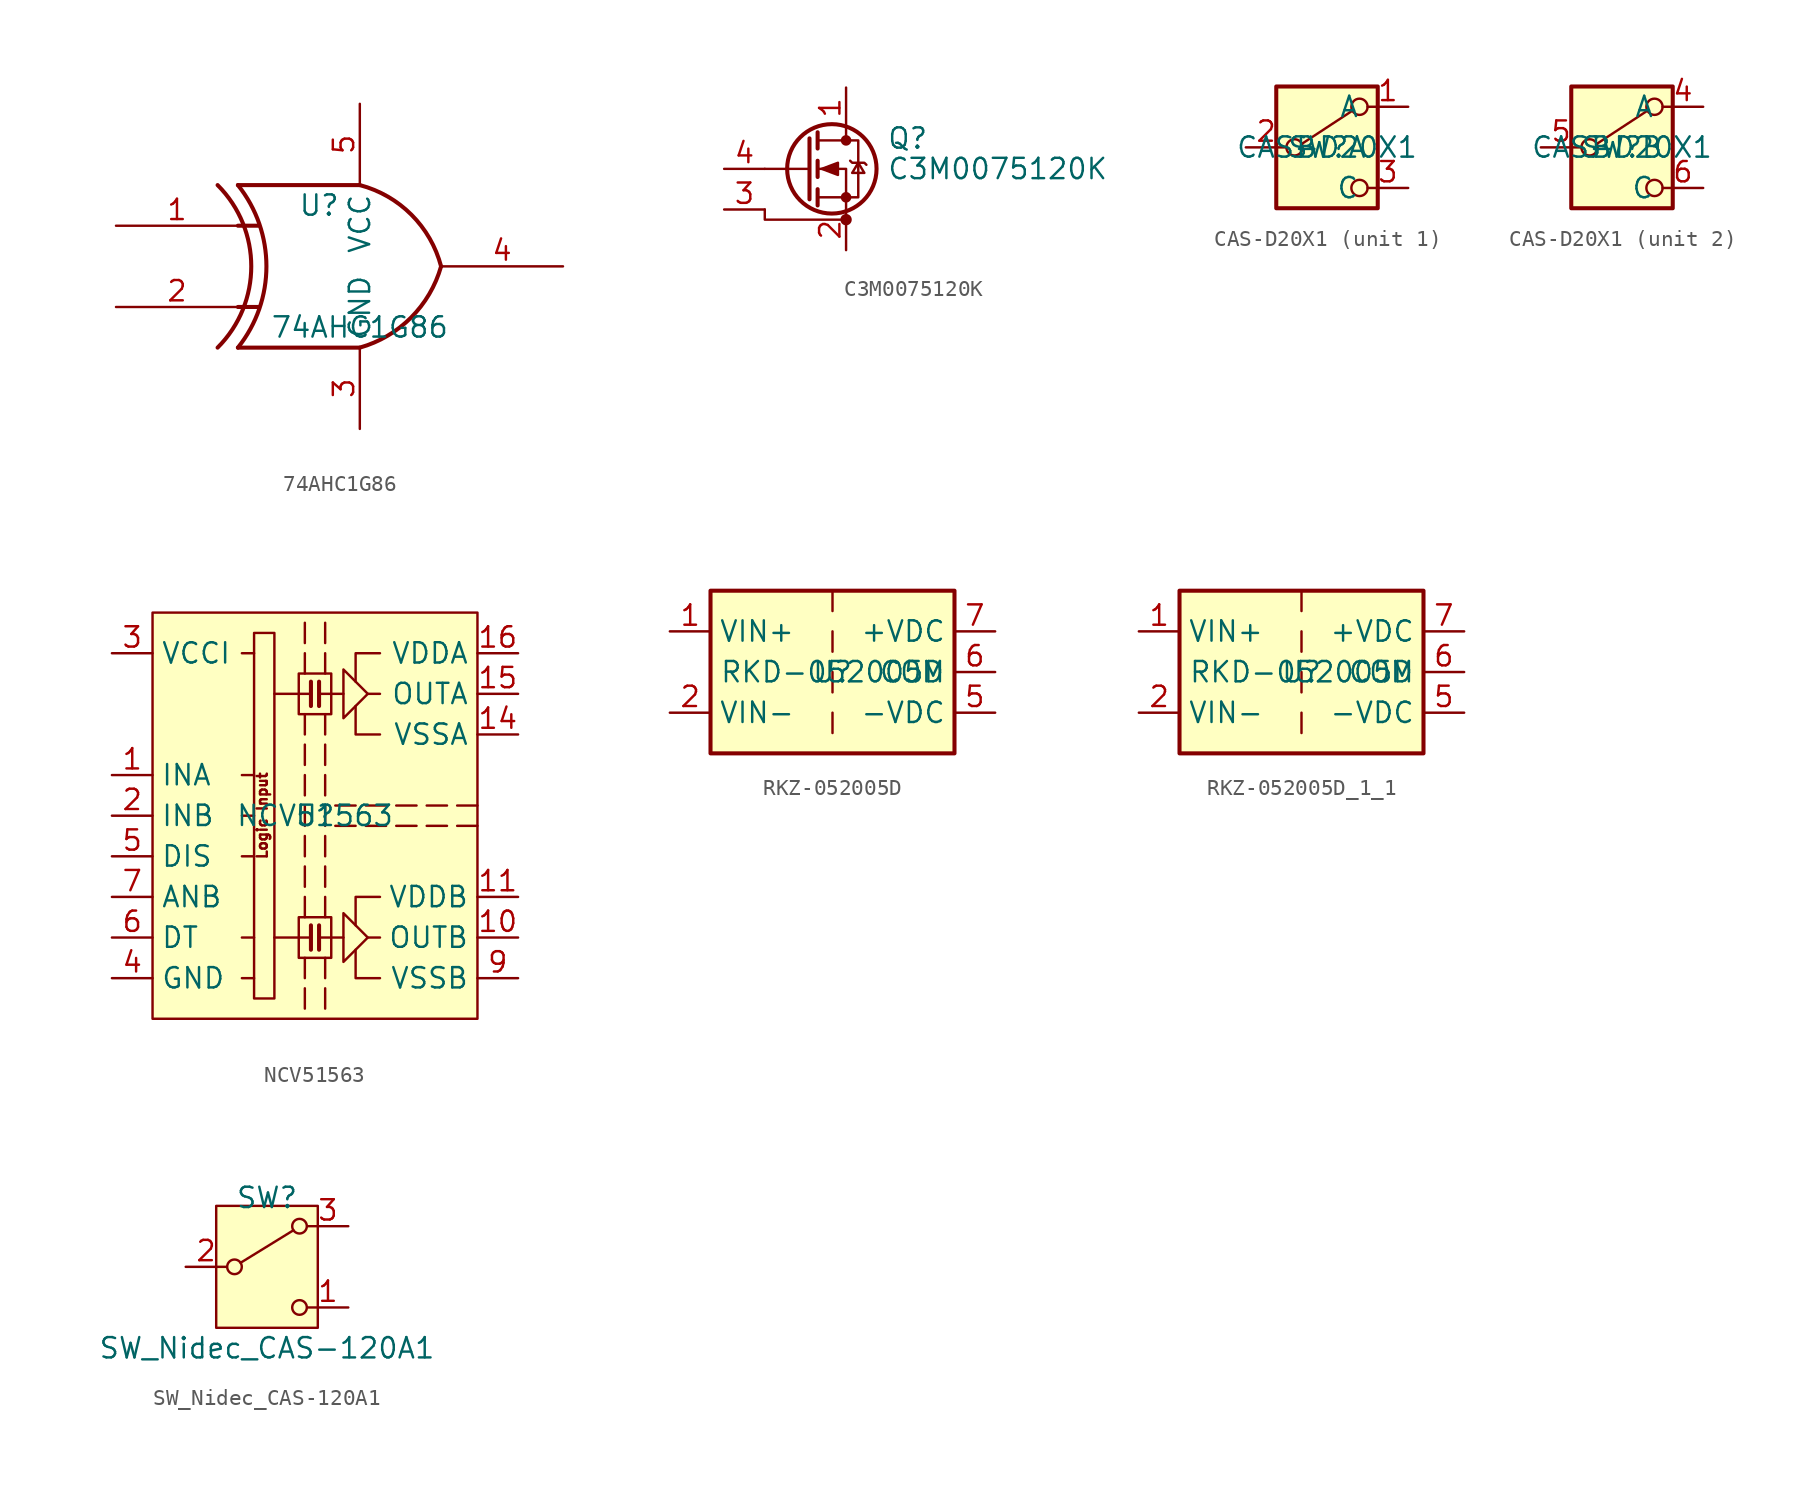
<source format=kicad_sym>
(kicad_symbol_lib
  (version 20231120)
  (generator "kicad_symbol_editor")
  (generator_version "8.0")
  (symbol "74AHC1G86"
    (property "Reference" "U"
      (at -2.54 3.81 0)
      (effects (font (size 1.27 1.27))))
    (property "Value" "74AHC1G86"
      (at 0 -3.81 0)
      (effects (font (size 1.27 1.27))))
    (symbol "74AHC1G86_0_1"
      (arc (start -8.89 -5.08) (mid -6.7858 0) (end -8.89 5.08) (stroke (width 0.254) (type default)) (fill (type none)))
      (arc (start -7.62 -5.08) (mid -5.838 0) (end -7.62 5.08) (stroke (width 0.254) (type default)) (fill (type none)))
      (arc (start 0 -5.08) (mid 3.1986 -3.2054) (end 5.08 0) (stroke (width 0.254) (type default)) (fill (type none)))
      (polyline (pts (xy -7.62 -2.54) (xy -6.35 -2.54)) (stroke (width 0.254) (type default)) (fill (type background)))
      (polyline (pts (xy -7.62 2.54) (xy -6.35 2.54)) (stroke (width 0.254) (type default)) (fill (type background)))
      (polyline (pts (xy 0 -5.08) (xy -7.62 -5.08)) (stroke (width 0.254) (type default)) (fill (type background)))
      (polyline (pts (xy 0 5.08) (xy -7.62 5.08)) (stroke (width 0.254) (type default)) (fill (type background)))
      (arc (start 5.08 0) (mid 3.2238 3.2304) (end 0 5.08) (stroke (width 0.254) (type default)) (fill (type none))))
    (symbol "74AHC1G86_1_1"
      (pin input line (at -15.24 2.54 0) (length 7.62) (name "~" (effects (font (size 1.27 1.27)))) (number "1" (effects (font (size 1.27 1.27)))))
      (pin input line (at -15.24 -2.54 0) (length 7.62) (name "~" (effects (font (size 1.27 1.27)))) (number "2" (effects (font (size 1.27 1.27)))))
      (pin power_in line (at 0 -10.16 90) (length 5.08) (name "GND" (effects (font (size 1.27 1.27)))) (number "3" (effects (font (size 1.27 1.27)))))
      (pin output line (at 12.7 0 180) (length 7.62) (name "~" (effects (font (size 1.27 1.27)))) (number "4" (effects (font (size 1.27 1.27)))))
      (pin power_in line (at 0 10.16 270) (length 5.08) (name "VCC" (effects (font (size 1.27 1.27)))) (number "5" (effects (font (size 1.27 1.27)))))))
  (symbol "C3M0075120K"
    (pin_names hide)
    (property "Reference" "Q"
      (at 5.08 1.905 0)
      (effects (font (size 1.27 1.27)) (justify left)))
    (property "Value" "C3M0075120K"
      (at 5.08 0 0)
      (effects (font (size 1.27 1.27)) (justify left)))
    (symbol "C3M0075120K_0_1"
      (polyline (pts (xy 0.254 0) (xy -2.54 0)) (stroke (width 0) (type default)) (fill (type none)))
      (polyline (pts (xy 0.254 1.905) (xy 0.254 -1.905)) (stroke (width 0.254) (type default)) (fill (type none)))
      (polyline (pts (xy 0.762 -1.27) (xy 0.762 -2.286)) (stroke (width 0.254) (type default)) (fill (type none)))
      (polyline (pts (xy 0.762 0.508) (xy 0.762 -0.508)) (stroke (width 0.254) (type default)) (fill (type none)))
      (polyline (pts (xy 0.762 2.286) (xy 0.762 1.27)) (stroke (width 0.254) (type default)) (fill (type none)))
      (polyline (pts (xy 2.54 2.54) (xy 2.54 1.778)) (stroke (width 0) (type default)) (fill (type none)))
      (polyline (pts (xy -2.54 -2.54) (xy -2.54 -3.175) (xy 2.54 -3.175)) (stroke (width 0) (type default)) (fill (type none)))
      (polyline (pts (xy 2.54 -2.54) (xy 2.54 0) (xy 0.762 0)) (stroke (width 0) (type default)) (fill (type none)))
      (polyline (pts (xy 0.762 -1.778) (xy 3.302 -1.778) (xy 3.302 1.778) (xy 0.762 1.778)) (stroke (width 0) (type default)) (fill (type none)))
      (polyline (pts (xy 1.016 0) (xy 2.032 0.381) (xy 2.032 -0.381) (xy 1.016 0)) (stroke (width 0) (type default)) (fill (type outline)))
      (polyline (pts (xy 2.794 0.508) (xy 2.921 0.381) (xy 3.683 0.381) (xy 3.81 0.254)) (stroke (width 0) (type default)) (fill (type none)))
      (polyline (pts (xy 3.302 0.381) (xy 2.921 -0.254) (xy 3.683 -0.254) (xy 3.302 0.381)) (stroke (width 0) (type default)) (fill (type none)))
      (circle (center 1.651 0) (radius 2.794) (stroke (width 0.254) (type default)) (fill (type none)))
      (circle (center 2.54 -3.175) (radius 0.279) (stroke (width 0) (type default)) (fill (type outline)))
      (circle (center 2.54 -1.778) (radius 0.254) (stroke (width 0) (type default)) (fill (type outline)))
      (circle (center 2.54 1.778) (radius 0.254) (stroke (width 0) (type default)) (fill (type outline))))
    (symbol "C3M0075120K_1_1"
      (pin passive line (at 2.54 5.08 270) (length 2.54) (name "D" (effects (font (size 1.27 1.27)))) (number "1" (effects (font (size 1.27 1.27)))))
      (pin passive line (at 2.54 -5.08 90) (length 2.54) (name "S" (effects (font (size 1.27 1.27)))) (number "2" (effects (font (size 1.27 1.27)))))
      (pin passive line (at -5.08 -2.54 0) (length 2.54) (name "DS" (effects (font (size 1.27 1.27)))) (number "3" (effects (font (size 1.27 1.27)))))
      (pin input line (at -5.08 0 0) (length 2.54) (name "G" (effects (font (size 1.27 1.27)))) (number "4" (effects (font (size 1.27 1.27)))))))
  (symbol "CAS-D20X1"
    (property "Reference" "SW"
      (at 0 0 0)
      (effects (font (size 1.27 1.27))))
    (property "Value" "CAS-D20X1"
      (at 0 0 0)
      (effects (font (size 1.27 1.27))))
    (symbol "CAS-D20X1_0_0"
      (circle (center -2.032 0) (radius 0.508) (stroke (width 0) (type default)) (fill (type none)))
      (circle (center 2.032 -2.54) (radius 0.508) (stroke (width 0) (type default)) (fill (type none))))
    (symbol "CAS-D20X1_0_1"
      (rectangle (start -3.175 3.81) (end 3.175 -3.81) (stroke (width 0.254) (type default)) (fill (type background)))
      (polyline (pts (xy -1.524 0.254) (xy 1.575 2.286)) (stroke (width 0) (type default)) (fill (type none)))
      (circle (center 2.032 2.54) (radius 0.508) (stroke (width 0) (type default)) (fill (type none))))
    (symbol "CAS-D20X1_1_1"
      (pin passive line (at 5.08 2.54 180) (length 2.54) (name "A" (effects (font (size 1.27 1.27)))) (number "1" (effects (font (size 1.27 1.27)))))
      (pin passive line (at -5.08 0 0) (length 2.54) (name "B" (effects (font (size 1.27 1.27)))) (number "2" (effects (font (size 1.27 1.27)))))
      (pin passive line (at 5.08 -2.54 180) (length 2.54) (name "C" (effects (font (size 1.27 1.27)))) (number "3" (effects (font (size 1.27 1.27))))))
    (symbol "CAS-D20X1_2_1"
      (pin passive line (at 5.08 2.54 180) (length 2.54) (name "A" (effects (font (size 1.27 1.27)))) (number "4" (effects (font (size 1.27 1.27)))))
      (pin passive line (at -5.08 0 0) (length 2.54) (name "B" (effects (font (size 1.27 1.27)))) (number "5" (effects (font (size 1.27 1.27)))))
      (pin passive line (at 5.08 -2.54 180) (length 2.54) (name "C" (effects (font (size 1.27 1.27)))) (number "6" (effects (font (size 1.27 1.27)))))))
  (symbol "NCV51563"
    (property "Reference" "U"
      (at 0 0 0)
      (effects (font (size 1.27 1.27))))
    (property "Value" "NCV51563"
      (at 0 0 0)
      (effects (font (size 1.27 1.27))))
    (symbol "NCV51563_0_0"
      (polyline (pts (xy -0.635 6.35) (xy -0.635 5.08)) (stroke (width 0) (type default)) (fill (type none)))
      (polyline (pts (xy -0.635 10.16) (xy -0.635 8.89)) (stroke (width 0) (type default)) (fill (type none)))
      (polyline (pts (xy -0.635 12.065) (xy -0.635 10.795)) (stroke (width 0) (type default)) (fill (type none)))
      (polyline (pts (xy -0.254 -7.62) (xy -2.54 -7.62)) (stroke (width 0) (type default)) (fill (type none)))
      (polyline (pts (xy -0.254 -6.858) (xy -0.254 -8.382)) (stroke (width 0.254) (type default)) (fill (type none)))
      (polyline (pts (xy -0.254 7.62) (xy -2.54 7.62)) (stroke (width 0) (type default)) (fill (type none)))
      (polyline (pts (xy -0.254 8.382) (xy -0.254 6.858)) (stroke (width 0.254) (type default)) (fill (type none)))
      (polyline (pts (xy 0.254 -7.62) (xy 1.778 -7.62)) (stroke (width 0) (type default)) (fill (type none)))
      (polyline (pts (xy 0.254 -6.858) (xy 0.254 -8.382)) (stroke (width 0.254) (type default)) (fill (type none)))
      (polyline (pts (xy 0.254 7.62) (xy 1.778 7.62)) (stroke (width 0) (type default)) (fill (type none)))
      (polyline (pts (xy 0.254 8.382) (xy 0.254 6.858)) (stroke (width 0.254) (type default)) (fill (type none)))
      (polyline (pts (xy 0.635 6.35) (xy 0.635 5.08)) (stroke (width 0) (type default)) (fill (type none)))
      (polyline (pts (xy 0.635 8.89) (xy 0.635 10.16)) (stroke (width 0) (type default)) (fill (type none)))
      (polyline (pts (xy 0.635 10.795) (xy 0.635 12.065)) (stroke (width 0) (type default)) (fill (type none)))
      (polyline (pts (xy 2.54 -0.635) (xy 1.27 -0.635)) (stroke (width 0) (type default)) (fill (type none)))
      (polyline (pts (xy 2.54 0.635) (xy 1.27 0.635)) (stroke (width 0) (type default)) (fill (type none)))
      (polyline (pts (xy 4.064 -7.62) (xy 3.302 -7.62)) (stroke (width 0) (type default)) (fill (type none)))
      (polyline (pts (xy 4.064 7.62) (xy 3.302 7.62)) (stroke (width 0) (type default)) (fill (type none)))
      (polyline (pts (xy 4.445 -0.635) (xy 3.175 -0.635)) (stroke (width 0) (type default)) (fill (type none)))
      (polyline (pts (xy 4.445 0.635) (xy 3.175 0.635)) (stroke (width 0) (type default)) (fill (type none)))
      (polyline (pts (xy 6.35 -0.635) (xy 5.08 -0.635)) (stroke (width 0) (type default)) (fill (type none)))
      (polyline (pts (xy 6.35 0.635) (xy 5.08 0.635)) (stroke (width 0) (type default)) (fill (type none)))
      (polyline (pts (xy 8.255 -0.635) (xy 6.985 -0.635)) (stroke (width 0) (type default)) (fill (type none)))
      (polyline (pts (xy 8.255 0.635) (xy 6.985 0.635)) (stroke (width 0) (type default)) (fill (type none)))
      (polyline (pts (xy 10.16 -0.635) (xy 8.89 -0.635)) (stroke (width 0) (type default)) (fill (type none)))
      (polyline (pts (xy 10.16 0.635) (xy 8.89 0.635)) (stroke (width 0) (type default)) (fill (type none)))
      (polyline (pts (xy 4.064 -10.16) (xy 2.54 -10.16) (xy 2.54 -8.382)) (stroke (width 0) (type default)) (fill (type none)))
      (polyline (pts (xy 4.064 -5.08) (xy 2.54 -5.08) (xy 2.54 -6.858)) (stroke (width 0) (type default)) (fill (type none)))
      (polyline (pts (xy 4.064 5.08) (xy 2.54 5.08) (xy 2.54 6.858)) (stroke (width 0) (type default)) (fill (type none)))
      (polyline (pts (xy 4.064 10.16) (xy 2.54 10.16) (xy 2.54 8.382)) (stroke (width 0) (type default)) (fill (type none)))
      (polyline (pts (xy 3.302 -7.62) (xy 1.778 -9.144) (xy 1.778 -6.096) (xy 3.302 -7.62)) (stroke (width 0) (type default)) (fill (type none)))
      (polyline (pts (xy 3.302 7.62) (xy 1.778 6.096) (xy 1.778 9.144) (xy 3.302 7.62)) (stroke (width 0) (type default)) (fill (type none)))
      (rectangle (start 1.016 -6.35) (end -1.016 -8.89) (stroke (width 0) (type default)) (fill (type none)))
      (rectangle (start 1.016 8.89) (end -1.016 6.35) (stroke (width 0) (type default)) (fill (type none)))
      (text "Logic Input" (at -3.302 0 900) (effects (font (size 0.635 0.635)))))
    (symbol "NCV51563_0_1"
      (rectangle (start -10.16 12.7) (end 10.16 -12.7) (stroke (width 0) (type default)) (fill (type background)))
      (rectangle (start -3.81 11.43) (end -2.54 -11.43) (stroke (width 0) (type default)) (fill (type none)))
      (polyline (pts (xy -3.81 -10.16) (xy -4.572 -10.16)) (stroke (width 0) (type default)) (fill (type none)))
      (polyline (pts (xy -3.81 -7.62) (xy -4.572 -7.62)) (stroke (width 0) (type default)) (fill (type none)))
      (polyline (pts (xy -3.81 -2.54) (xy -4.572 -2.54)) (stroke (width 0) (type default)) (fill (type none)))
      (polyline (pts (xy -3.81 0) (xy -4.572 0)) (stroke (width 0) (type default)) (fill (type none)))
      (polyline (pts (xy -3.81 2.54) (xy -4.572 2.54)) (stroke (width 0) (type default)) (fill (type none)))
      (polyline (pts (xy -3.81 10.16) (xy -4.572 10.16)) (stroke (width 0) (type default)) (fill (type none)))
      (polyline (pts (xy -0.635 -10.795) (xy -0.635 -12.065)) (stroke (width 0) (type default)) (fill (type none)))
      (polyline (pts (xy -0.635 -8.89) (xy -0.635 -10.16)) (stroke (width 0) (type default)) (fill (type none)))
      (polyline (pts (xy -0.635 -5.08) (xy -0.635 -6.35)) (stroke (width 0) (type default)) (fill (type none)))
      (polyline (pts (xy -0.635 -3.175) (xy -0.635 -4.445)) (stroke (width 0) (type default)) (fill (type none)))
      (polyline (pts (xy -0.635 -1.27) (xy -0.635 -2.54)) (stroke (width 0) (type default)) (fill (type none)))
      (polyline (pts (xy -0.635 0.635) (xy -0.635 -0.635)) (stroke (width 0) (type default)) (fill (type none)))
      (polyline (pts (xy -0.635 2.54) (xy -0.635 1.27)) (stroke (width 0) (type default)) (fill (type none)))
      (polyline (pts (xy -0.635 4.445) (xy -0.635 3.175)) (stroke (width 0) (type default)) (fill (type none)))
      (polyline (pts (xy 0.635 -10.795) (xy 0.635 -12.065)) (stroke (width 0) (type default)) (fill (type none)))
      (polyline (pts (xy 0.635 -8.89) (xy 0.635 -10.16)) (stroke (width 0) (type default)) (fill (type none)))
      (polyline (pts (xy 0.635 -5.08) (xy 0.635 -6.35)) (stroke (width 0) (type default)) (fill (type none)))
      (polyline (pts (xy 0.635 -3.175) (xy 0.635 -4.445)) (stroke (width 0) (type default)) (fill (type none)))
      (polyline (pts (xy 0.635 -1.27) (xy 0.635 -2.54)) (stroke (width 0) (type default)) (fill (type none)))
      (polyline (pts (xy 0.635 0.635) (xy 0.635 -0.635)) (stroke (width 0) (type default)) (fill (type none)))
      (polyline (pts (xy 0.635 2.54) (xy 0.635 1.27)) (stroke (width 0) (type default)) (fill (type none)))
      (polyline (pts (xy 0.635 4.445) (xy 0.635 3.175)) (stroke (width 0) (type default)) (fill (type none))))
    (symbol "NCV51563_1_1"
      (pin input line (at -12.7 2.54 0) (length 2.54) (name "INA" (effects (font (size 1.27 1.27)))) (number "1" (effects (font (size 1.27 1.27)))))
      (pin output line (at 12.7 -7.62 180) (length 2.54) (name "OUTB" (effects (font (size 1.27 1.27)))) (number "10" (effects (font (size 1.27 1.27)))))
      (pin power_in line (at 12.7 -5.08 180) (length 2.54) (name "VDDB" (effects (font (size 1.27 1.27)))) (number "11" (effects (font (size 1.27 1.27)))))
      (pin no_connect line (at 10.16 -2.54 180) (length 2.54) hide (name "NC" (effects (font (size 1.27 1.27)))) (number "12" (effects (font (size 1.27 1.27)))))
      (pin no_connect line (at 10.16 2.54 180) (length 2.54) hide (name "NC" (effects (font (size 1.27 1.27)))) (number "13" (effects (font (size 1.27 1.27)))))
      (pin power_in line (at 12.7 5.08 180) (length 2.54) (name "VSSA" (effects (font (size 1.27 1.27)))) (number "14" (effects (font (size 1.27 1.27)))))
      (pin output line (at 12.7 7.62 180) (length 2.54) (name "OUTA" (effects (font (size 1.27 1.27)))) (number "15" (effects (font (size 1.27 1.27)))))
      (pin power_in line (at 12.7 10.16 180) (length 2.54) (name "VDDA" (effects (font (size 1.27 1.27)))) (number "16" (effects (font (size 1.27 1.27)))))
      (pin input line (at -12.7 0 0) (length 2.54) (name "INB" (effects (font (size 1.27 1.27)))) (number "2" (effects (font (size 1.27 1.27)))))
      (pin power_in line (at -12.7 10.16 0) (length 2.54) (name "VCCI" (effects (font (size 1.27 1.27)))) (number "3" (effects (font (size 1.27 1.27)))))
      (pin power_in line (at -12.7 -10.16 0) (length 2.54) (name "GND" (effects (font (size 1.27 1.27)))) (number "4" (effects (font (size 1.27 1.27)))))
      (pin input line (at -12.7 -2.54 0) (length 2.54) (name "DIS" (effects (font (size 1.27 1.27)))) (number "5" (effects (font (size 1.27 1.27)))))
      (pin passive line (at -12.7 -7.62 0) (length 2.54) (name "DT" (effects (font (size 1.27 1.27)))) (number "6" (effects (font (size 1.27 1.27)))))
      (pin input line (at -12.7 -5.08 0) (length 2.54) (name "ANB" (effects (font (size 1.27 1.27)))) (number "7" (effects (font (size 1.27 1.27)))))
      (pin passive line (at -12.7 10.16 0) (length 2.54) hide (name "VCCI" (effects (font (size 1.27 1.27)))) (number "8" (effects (font (size 1.27 1.27)))))
      (pin power_in line (at 12.7 -10.16 180) (length 2.54) (name "VSSB" (effects (font (size 1.27 1.27)))) (number "9" (effects (font (size 1.27 1.27)))))))
  (symbol "RKZ-052005D"
    (property "Reference" "U"
      (at 0 0 0)
      (effects (font (size 1.27 1.27))))
    (property "Value" "RKD-052005D"
      (at 0 0 0)
      (effects (font (size 1.27 1.27))))
    (symbol "RKZ-052005D_0_1"
      (rectangle (start -7.62 5.08) (end 7.62 -5.08) (stroke (width 0.254) (type default)) (fill (type background)))
      (polyline (pts (xy 0 -2.54) (xy 0 -3.81)) (stroke (width 0) (type default)) (fill (type none)))
      (polyline (pts (xy 0 0) (xy 0 -1.27)) (stroke (width 0) (type default)) (fill (type none)))
      (polyline (pts (xy 0 2.54) (xy 0 1.27)) (stroke (width 0) (type default)) (fill (type none)))
      (polyline (pts (xy 0 5.08) (xy 0 3.81)) (stroke (width 0) (type default)) (fill (type none))))
    (symbol "RKZ-052005D_1_1"
      (pin passive line (at -10.16 2.54 0) (length 2.54) hide (name "VIN+" (effects (font (size 1.27 1.27)))) (number "1" (effects (font (size 1.27 1.27)))))
      (pin power_in line (at -10.16 2.54 0) (length 2.54) (name "VIN+" (effects (font (size 1.27 1.27)))) (number "1" (effects (font (size 1.27 1.27)))))
      (pin passive line (at -10.16 -2.54 0) (length 2.54) hide (name "VIN-" (effects (font (size 1.27 1.27)))) (number "2" (effects (font (size 1.27 1.27)))))
      (pin power_in line (at -10.16 -2.54 0) (length 2.54) (name "VIN-" (effects (font (size 1.27 1.27)))) (number "2" (effects (font (size 1.27 1.27)))))
      (pin power_out line (at 10.16 -2.54 180) (length 2.54) (name "-VDC" (effects (font (size 1.27 1.27)))) (number "5" (effects (font (size 1.27 1.27)))))
      (pin passive line (at 10.16 0 180) (length 2.54) (name "COM" (effects (font (size 1.27 1.27)))) (number "6" (effects (font (size 1.27 1.27)))))
      (pin passive line (at 10.16 2.54 180) (length 2.54) hide (name "+VDC" (effects (font (size 1.27 1.27)))) (number "7" (effects (font (size 1.27 1.27)))))
      (pin power_out line (at 10.16 2.54 180) (length 2.54) (name "+VDC" (effects (font (size 1.27 1.27)))) (number "7" (effects (font (size 1.27 1.27)))))))
  (symbol "RKZ-052005D_1_1"
    (property "Reference" "U"
      (at 0 0 0)
      (effects (font (size 1.27 1.27))))
    (property "Value" "RKD-052005D"
      (at 0 0 0)
      (effects (font (size 1.27 1.27))))
    (symbol "RKZ-052005D_1_1_0_1"
      (rectangle (start -7.62 5.08) (end 7.62 -5.08) (stroke (width 0.254) (type default)) (fill (type background)))
      (polyline (pts (xy 0 -2.54) (xy 0 -3.81)) (stroke (width 0) (type default)) (fill (type none)))
      (polyline (pts (xy 0 0) (xy 0 -1.27)) (stroke (width 0) (type default)) (fill (type none)))
      (polyline (pts (xy 0 2.54) (xy 0 1.27)) (stroke (width 0) (type default)) (fill (type none)))
      (polyline (pts (xy 0 5.08) (xy 0 3.81)) (stroke (width 0) (type default)) (fill (type none))))
    (symbol "RKZ-052005D_1_1_1_1"
      (pin passive line (at -10.16 2.54 0) (length 2.54) hide (name "VIN+" (effects (font (size 1.27 1.27)))) (number "1" (effects (font (size 1.27 1.27)))))
      (pin power_in line (at -10.16 2.54 0) (length 2.54) (name "VIN+" (effects (font (size 1.27 1.27)))) (number "1" (effects (font (size 1.27 1.27)))))
      (pin passive line (at -10.16 -2.54 0) (length 2.54) hide (name "VIN-" (effects (font (size 1.27 1.27)))) (number "2" (effects (font (size 1.27 1.27)))))
      (pin power_in line (at -10.16 -2.54 0) (length 2.54) (name "VIN-" (effects (font (size 1.27 1.27)))) (number "2" (effects (font (size 1.27 1.27)))))
      (pin power_out line (at 10.16 -2.54 180) (length 2.54) (name "-VDC" (effects (font (size 1.27 1.27)))) (number "5" (effects (font (size 1.27 1.27)))))
      (pin passive line (at 10.16 0 180) (length 2.54) (name "COM" (effects (font (size 1.27 1.27)))) (number "6" (effects (font (size 1.27 1.27)))))
      (pin passive line (at 10.16 2.54 180) (length 2.54) hide (name "+VDC" (effects (font (size 1.27 1.27)))) (number "7" (effects (font (size 1.27 1.27)))))
      (pin power_out line (at 10.16 2.54 180) (length 2.54) (name "+VDC" (effects (font (size 1.27 1.27)))) (number "7" (effects (font (size 1.27 1.27)))))))
  (symbol "SW_Nidec_CAS-120A1"
    (pin_names
      (offset 1) hide)
    (property "Reference" "SW"
      (at 0 4.318 0)
      (effects (font (size 1.27 1.27))))
    (property "Value" "SW_Nidec_CAS-120A1"
      (at 0 -5.08 0)
      (effects (font (size 1.27 1.27))))
    (symbol "SW_Nidec_CAS-120A1_0_1"
      (circle (center -2.032 0) (radius 0.457) (stroke (width 0) (type default)) (fill (type none)))
      (polyline (pts (xy -1.651 0.254) (xy 1.651 2.286)) (stroke (width 0) (type default)) (fill (type none)))
      (circle (center 2.032 -2.54) (radius 0.457) (stroke (width 0) (type default)) (fill (type none)))
      (circle (center 2.032 2.54) (radius 0.457) (stroke (width 0) (type default)) (fill (type none))))
    (symbol "SW_Nidec_CAS-120A1_1_1"
      (rectangle (start -3.175 3.81) (end 3.175 -3.81) (stroke (width 0) (type default)) (fill (type background)))
      (pin passive line (at 5.08 -2.54 180) (length 2.54) (name "C" (effects (font (size 1.27 1.27)))) (number "1" (effects (font (size 1.27 1.27)))))
      (pin passive line (at -5.08 0 0) (length 2.54) (name "B" (effects (font (size 1.27 1.27)))) (number "2" (effects (font (size 1.27 1.27)))))
      (pin passive line (at 5.08 2.54 180) (length 2.54) (name "A" (effects (font (size 1.27 1.27)))) (number "3" (effects (font (size 1.27 1.27))))))))
</source>
